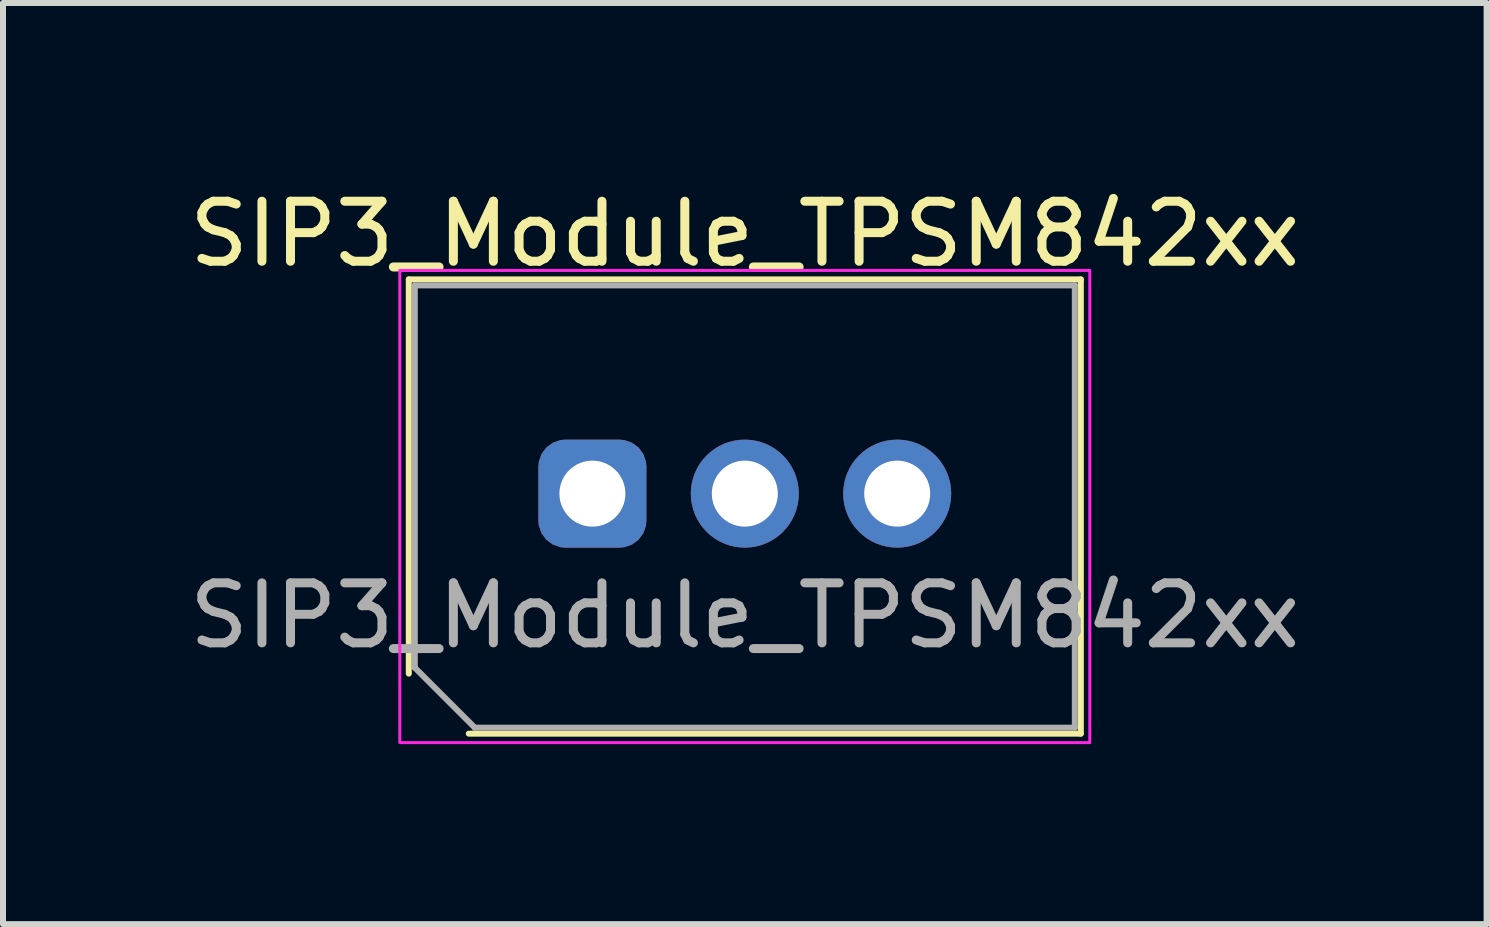
<source format=kicad_pcb>
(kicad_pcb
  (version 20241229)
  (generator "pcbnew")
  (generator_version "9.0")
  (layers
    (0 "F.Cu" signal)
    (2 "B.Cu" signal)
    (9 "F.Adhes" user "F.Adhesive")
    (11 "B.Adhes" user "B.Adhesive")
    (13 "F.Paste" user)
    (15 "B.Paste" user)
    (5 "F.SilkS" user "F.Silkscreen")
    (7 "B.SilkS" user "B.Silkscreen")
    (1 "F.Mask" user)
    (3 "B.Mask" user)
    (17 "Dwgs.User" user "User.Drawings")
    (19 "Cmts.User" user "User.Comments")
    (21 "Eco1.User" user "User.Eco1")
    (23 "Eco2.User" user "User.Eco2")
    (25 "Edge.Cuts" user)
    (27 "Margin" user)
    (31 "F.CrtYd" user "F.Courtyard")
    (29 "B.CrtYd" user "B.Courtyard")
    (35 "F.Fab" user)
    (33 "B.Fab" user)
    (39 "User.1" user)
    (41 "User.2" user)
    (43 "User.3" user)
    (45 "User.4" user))
  (footprint "SIP3_Module_TPSM842xx"
    (layer "F.Cu")
    (at 6.823 5.177)
    (property "Reference" "SIP3_Module_TPSM842xx" (at 2.54 -4.328 0) (unlocked yes) (layer "F.SilkS") (effects (font (size 1 1) (thickness 0.15))))
    (attr through_hole)
    (fp_line (start -3.06 -3.57) (end 8.14 -3.57) (stroke (width 0.1) (type default)) (layer "F.SilkS"))
    (fp_line (start -3.06 3) (end -3.06 -3.57) (stroke (width 0.1) (type default)) (layer "F.SilkS"))
    (fp_line (start 8.14 -3.57) (end 8.14 4) (stroke (width 0.1) (type default)) (layer "F.SilkS"))
    (fp_line (start 8.14 4) (end -2.06 4) (stroke (width 0.1) (type default)) (layer "F.SilkS"))
    (fp_rect (start -3.21 -3.72) (end 8.29 4.15) (stroke (width 0.05) (type default)) (fill no) (layer "F.CrtYd"))
    (fp_line (start -2.96 -3.47) (end 8.04 -3.47) (stroke (width 0.1) (type default)) (layer "F.Fab"))
    (fp_line (start -2.96 2.9) (end -2.96 -3.47) (stroke (width 0.1) (type default)) (layer "F.Fab"))
    (fp_line (start -1.96 3.9) (end -2.96 2.9) (stroke (width 0.1) (type default)) (layer "F.Fab"))
    (fp_line (start 8.04 -3.47) (end 8.04 3.9) (stroke (width 0.1) (type default)) (layer "F.Fab"))
    (fp_line (start 8.04 3.9) (end -1.96 3.9) (stroke (width 0.1) (type default)) (layer "F.Fab"))
    (fp_text user "${REFERENCE}" (at 2.54 2.032 0) (unlocked yes) (layer "F.Fab") (effects (font (size 1 1) (thickness 0.15))))
    (pad "1" thru_hole roundrect (at 0 0) (size 1.8 1.8) (drill 1.1) (layers "*.Cu" "*.Mask") (roundrect_rratio 0.25))
    (pad "2" thru_hole circle (at 2.54 0) (size 1.8 1.8) (drill 1.1) (layers "*.Cu" "*.Mask"))
    (pad "3" thru_hole circle (at 5.08 0) (size 1.8 1.8) (drill 1.1) (layers "*.Cu" "*.Mask")))
  (gr_rect
    (start -3 -3)
    (end 21.726 12.352)
    (stroke (width 0.1) (type default))
    (fill no)
    (layer "Edge.Cuts")))
</source>
